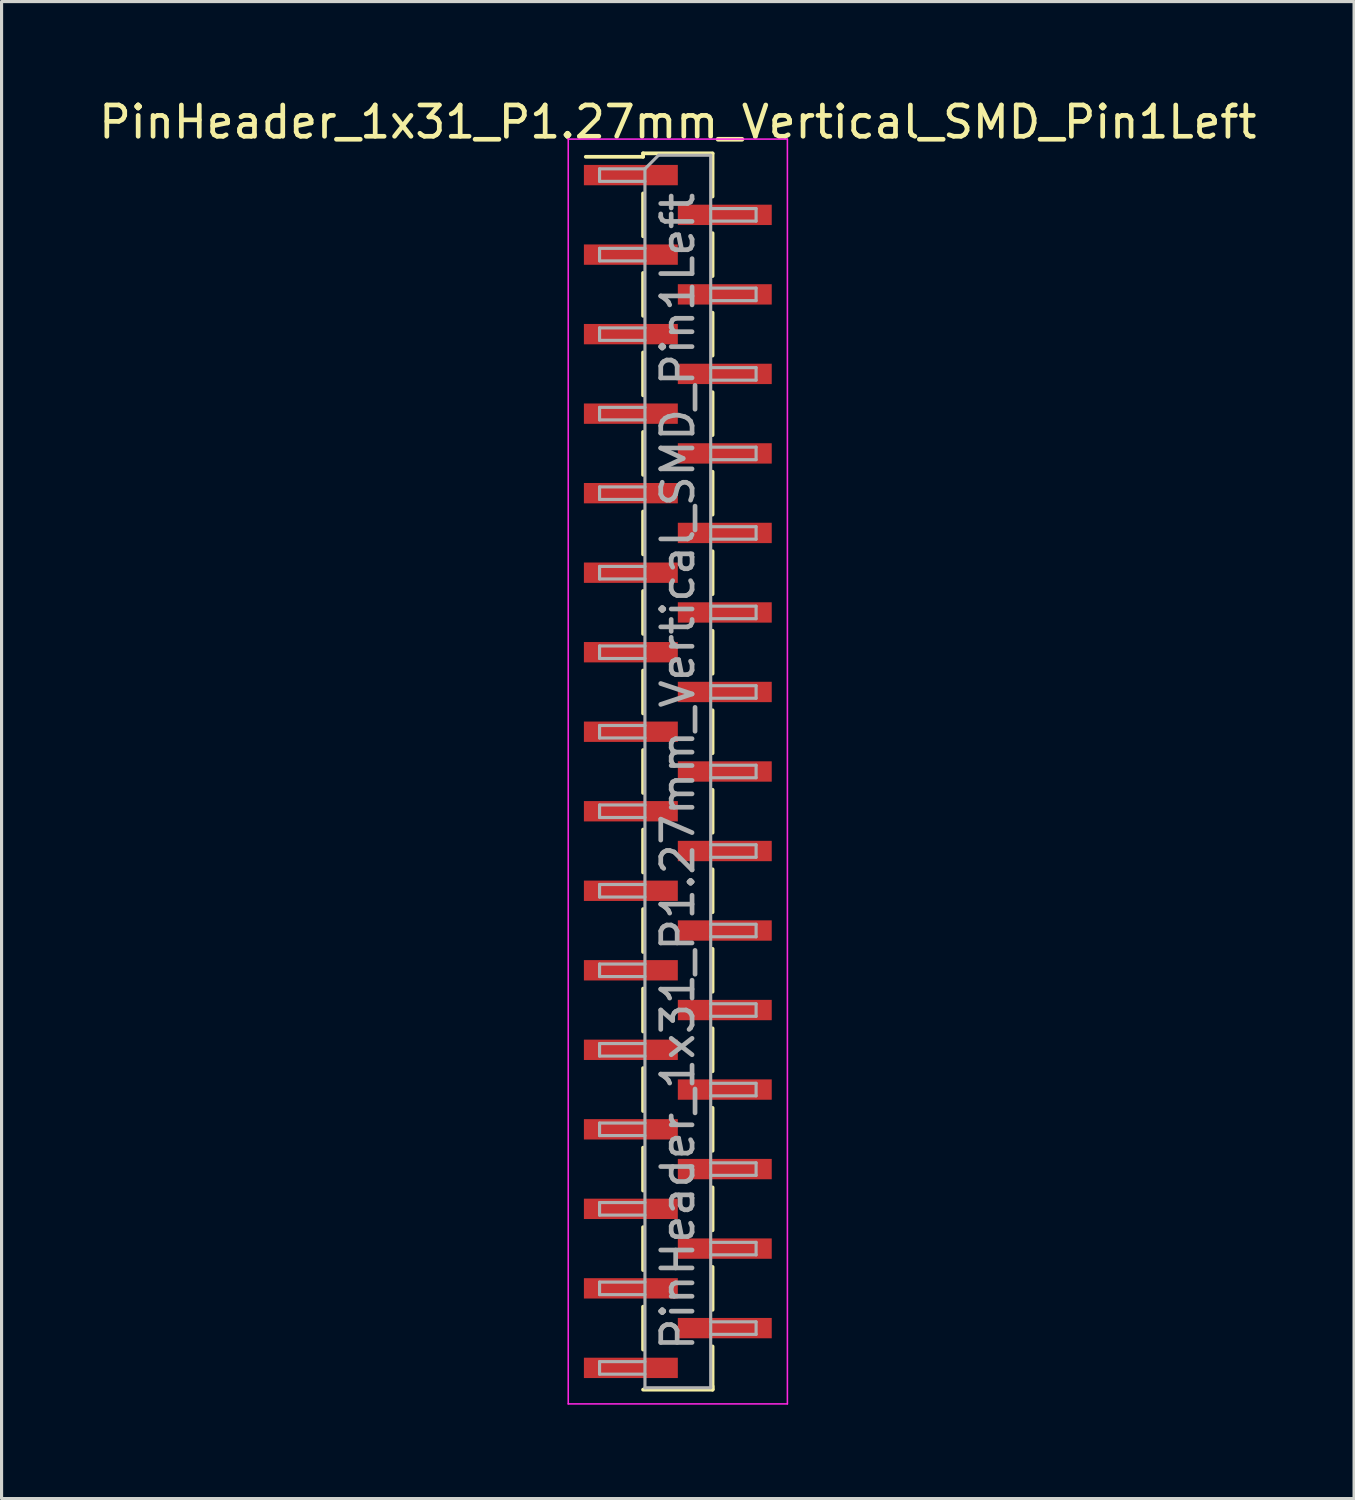
<source format=kicad_pcb>
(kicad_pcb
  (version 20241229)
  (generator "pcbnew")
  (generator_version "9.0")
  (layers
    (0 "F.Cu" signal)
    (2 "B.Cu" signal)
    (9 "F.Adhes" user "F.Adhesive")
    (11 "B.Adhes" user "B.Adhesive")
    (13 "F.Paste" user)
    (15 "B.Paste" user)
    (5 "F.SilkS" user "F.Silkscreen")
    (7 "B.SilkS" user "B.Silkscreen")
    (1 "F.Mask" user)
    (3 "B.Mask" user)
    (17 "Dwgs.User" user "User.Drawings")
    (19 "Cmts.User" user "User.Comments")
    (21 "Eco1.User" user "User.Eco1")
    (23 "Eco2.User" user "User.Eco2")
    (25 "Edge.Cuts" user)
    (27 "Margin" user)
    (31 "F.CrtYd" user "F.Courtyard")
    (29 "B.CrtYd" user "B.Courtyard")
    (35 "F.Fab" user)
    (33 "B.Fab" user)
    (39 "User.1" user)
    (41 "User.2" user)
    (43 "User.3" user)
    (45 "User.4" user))
  (footprint "PinHeader_1x31_P1.27mm_Vertical_SMD_Pin1Left"
    (layer "F.Cu")
    (at 18.601 21.593)
    (property "Reference" "PinHeader_1x31_P1.27mm_Vertical_SMD_Pin1Left" (at 0 -20.745 0) (layer "F.SilkS") (effects (font (size 1 1) (thickness 0.15))))
    (attr smd)
    (fp_line (start -1.11 -19.745) (end -1.11 -19.635) (stroke (width 0.12) (type solid)) (layer "F.SilkS"))
    (fp_line (start -1.11 -19.745) (end 1.11 -19.745) (stroke (width 0.12) (type solid)) (layer "F.SilkS"))
    (fp_line (start -1.11 -19.635) (end -2.94 -19.635) (stroke (width 0.12) (type solid)) (layer "F.SilkS"))
    (fp_line (start -1.11 -18.465) (end -1.11 -17.095) (stroke (width 0.12) (type solid)) (layer "F.SilkS"))
    (fp_line (start -1.11 -15.925) (end -1.11 -14.555) (stroke (width 0.12) (type solid)) (layer "F.SilkS"))
    (fp_line (start -1.11 -13.385) (end -1.11 -12.015) (stroke (width 0.12) (type solid)) (layer "F.SilkS"))
    (fp_line (start -1.11 -10.845) (end -1.11 -9.475) (stroke (width 0.12) (type solid)) (layer "F.SilkS"))
    (fp_line (start -1.11 -8.305) (end -1.11 -6.935) (stroke (width 0.12) (type solid)) (layer "F.SilkS"))
    (fp_line (start -1.11 -5.765) (end -1.11 -4.395) (stroke (width 0.12) (type solid)) (layer "F.SilkS"))
    (fp_line (start -1.11 -3.225) (end -1.11 -1.855) (stroke (width 0.12) (type solid)) (layer "F.SilkS"))
    (fp_line (start -1.11 -0.685) (end -1.11 0.685) (stroke (width 0.12) (type solid)) (layer "F.SilkS"))
    (fp_line (start -1.11 1.855) (end -1.11 3.225) (stroke (width 0.12) (type solid)) (layer "F.SilkS"))
    (fp_line (start -1.11 4.395) (end -1.11 5.765) (stroke (width 0.12) (type solid)) (layer "F.SilkS"))
    (fp_line (start -1.11 6.935) (end -1.11 8.305) (stroke (width 0.12) (type solid)) (layer "F.SilkS"))
    (fp_line (start -1.11 9.475) (end -1.11 10.845) (stroke (width 0.12) (type solid)) (layer "F.SilkS"))
    (fp_line (start -1.11 12.015) (end -1.11 13.385) (stroke (width 0.12) (type solid)) (layer "F.SilkS"))
    (fp_line (start -1.11 14.555) (end -1.11 15.925) (stroke (width 0.12) (type solid)) (layer "F.SilkS"))
    (fp_line (start -1.11 17.095) (end -1.11 18.465) (stroke (width 0.12) (type solid)) (layer "F.SilkS"))
    (fp_line (start -1.11 19.745) (end 1.11 19.745) (stroke (width 0.12) (type solid)) (layer "F.SilkS"))
    (fp_line (start 1.11 -19.735) (end 1.11 -18.365) (stroke (width 0.12) (type solid)) (layer "F.SilkS"))
    (fp_line (start 1.11 -17.195) (end 1.11 -15.825) (stroke (width 0.12) (type solid)) (layer "F.SilkS"))
    (fp_line (start 1.11 -14.655) (end 1.11 -13.285) (stroke (width 0.12) (type solid)) (layer "F.SilkS"))
    (fp_line (start 1.11 -12.115) (end 1.11 -10.745) (stroke (width 0.12) (type solid)) (layer "F.SilkS"))
    (fp_line (start 1.11 -9.575) (end 1.11 -8.205) (stroke (width 0.12) (type solid)) (layer "F.SilkS"))
    (fp_line (start 1.11 -7.035) (end 1.11 -5.665) (stroke (width 0.12) (type solid)) (layer "F.SilkS"))
    (fp_line (start 1.11 -4.495) (end 1.11 -3.125) (stroke (width 0.12) (type solid)) (layer "F.SilkS"))
    (fp_line (start 1.11 -1.955) (end 1.11 -0.585) (stroke (width 0.12) (type solid)) (layer "F.SilkS"))
    (fp_line (start 1.11 0.585) (end 1.11 1.955) (stroke (width 0.12) (type solid)) (layer "F.SilkS"))
    (fp_line (start 1.11 3.125) (end 1.11 4.495) (stroke (width 0.12) (type solid)) (layer "F.SilkS"))
    (fp_line (start 1.11 5.665) (end 1.11 7.035) (stroke (width 0.12) (type solid)) (layer "F.SilkS"))
    (fp_line (start 1.11 8.205) (end 1.11 9.575) (stroke (width 0.12) (type solid)) (layer "F.SilkS"))
    (fp_line (start 1.11 10.745) (end 1.11 12.115) (stroke (width 0.12) (type solid)) (layer "F.SilkS"))
    (fp_line (start 1.11 13.285) (end 1.11 14.655) (stroke (width 0.12) (type solid)) (layer "F.SilkS"))
    (fp_line (start 1.11 15.825) (end 1.11 17.195) (stroke (width 0.12) (type solid)) (layer "F.SilkS"))
    (fp_line (start 1.11 18.365) (end 1.11 19.735) (stroke (width 0.12) (type solid)) (layer "F.SilkS"))
    (fp_line (start 1.11 19.635) (end 1.11 19.745) (stroke (width 0.12) (type solid)) (layer "F.SilkS"))
    (fp_line (start -3.5 -20.2) (end -3.5 20.2) (stroke (width 0.05) (type solid)) (layer "F.CrtYd"))
    (fp_line (start -3.5 20.2) (end 3.5 20.2) (stroke (width 0.05) (type solid)) (layer "F.CrtYd"))
    (fp_line (start 3.5 -20.2) (end -3.5 -20.2) (stroke (width 0.05) (type solid)) (layer "F.CrtYd"))
    (fp_line (start 3.5 20.2) (end 3.5 -20.2) (stroke (width 0.05) (type solid)) (layer "F.CrtYd"))
    (fp_line (start -2.5 -19.25) (end -2.5 -18.85) (stroke (width 0.1) (type solid)) (layer "F.Fab"))
    (fp_line (start -2.5 -18.85) (end -1.05 -18.85) (stroke (width 0.1) (type solid)) (layer "F.Fab"))
    (fp_line (start -2.5 -16.71) (end -2.5 -16.31) (stroke (width 0.1) (type solid)) (layer "F.Fab"))
    (fp_line (start -2.5 -16.31) (end -1.05 -16.31) (stroke (width 0.1) (type solid)) (layer "F.Fab"))
    (fp_line (start -2.5 -14.17) (end -2.5 -13.77) (stroke (width 0.1) (type solid)) (layer "F.Fab"))
    (fp_line (start -2.5 -13.77) (end -1.05 -13.77) (stroke (width 0.1) (type solid)) (layer "F.Fab"))
    (fp_line (start -2.5 -11.63) (end -2.5 -11.23) (stroke (width 0.1) (type solid)) (layer "F.Fab"))
    (fp_line (start -2.5 -11.23) (end -1.05 -11.23) (stroke (width 0.1) (type solid)) (layer "F.Fab"))
    (fp_line (start -2.5 -9.09) (end -2.5 -8.69) (stroke (width 0.1) (type solid)) (layer "F.Fab"))
    (fp_line (start -2.5 -8.69) (end -1.05 -8.69) (stroke (width 0.1) (type solid)) (layer "F.Fab"))
    (fp_line (start -2.5 -6.55) (end -2.5 -6.15) (stroke (width 0.1) (type solid)) (layer "F.Fab"))
    (fp_line (start -2.5 -6.15) (end -1.05 -6.15) (stroke (width 0.1) (type solid)) (layer "F.Fab"))
    (fp_line (start -2.5 -4.01) (end -2.5 -3.61) (stroke (width 0.1) (type solid)) (layer "F.Fab"))
    (fp_line (start -2.5 -3.61) (end -1.05 -3.61) (stroke (width 0.1) (type solid)) (layer "F.Fab"))
    (fp_line (start -2.5 -1.47) (end -2.5 -1.07) (stroke (width 0.1) (type solid)) (layer "F.Fab"))
    (fp_line (start -2.5 -1.07) (end -1.05 -1.07) (stroke (width 0.1) (type solid)) (layer "F.Fab"))
    (fp_line (start -2.5 1.07) (end -2.5 1.47) (stroke (width 0.1) (type solid)) (layer "F.Fab"))
    (fp_line (start -2.5 1.47) (end -1.05 1.47) (stroke (width 0.1) (type solid)) (layer "F.Fab"))
    (fp_line (start -2.5 3.61) (end -2.5 4.01) (stroke (width 0.1) (type solid)) (layer "F.Fab"))
    (fp_line (start -2.5 4.01) (end -1.05 4.01) (stroke (width 0.1) (type solid)) (layer "F.Fab"))
    (fp_line (start -2.5 6.15) (end -2.5 6.55) (stroke (width 0.1) (type solid)) (layer "F.Fab"))
    (fp_line (start -2.5 6.55) (end -1.05 6.55) (stroke (width 0.1) (type solid)) (layer "F.Fab"))
    (fp_line (start -2.5 8.69) (end -2.5 9.09) (stroke (width 0.1) (type solid)) (layer "F.Fab"))
    (fp_line (start -2.5 9.09) (end -1.05 9.09) (stroke (width 0.1) (type solid)) (layer "F.Fab"))
    (fp_line (start -2.5 11.23) (end -2.5 11.63) (stroke (width 0.1) (type solid)) (layer "F.Fab"))
    (fp_line (start -2.5 11.63) (end -1.05 11.63) (stroke (width 0.1) (type solid)) (layer "F.Fab"))
    (fp_line (start -2.5 13.77) (end -2.5 14.17) (stroke (width 0.1) (type solid)) (layer "F.Fab"))
    (fp_line (start -2.5 14.17) (end -1.05 14.17) (stroke (width 0.1) (type solid)) (layer "F.Fab"))
    (fp_line (start -2.5 16.31) (end -2.5 16.71) (stroke (width 0.1) (type solid)) (layer "F.Fab"))
    (fp_line (start -2.5 16.71) (end -1.05 16.71) (stroke (width 0.1) (type solid)) (layer "F.Fab"))
    (fp_line (start -2.5 18.85) (end -2.5 19.25) (stroke (width 0.1) (type solid)) (layer "F.Fab"))
    (fp_line (start -2.5 19.25) (end -1.05 19.25) (stroke (width 0.1) (type solid)) (layer "F.Fab"))
    (fp_line (start -1.05 -19.25) (end -2.5 -19.25) (stroke (width 0.1) (type solid)) (layer "F.Fab"))
    (fp_line (start -1.05 -19.25) (end -0.615 -19.685) (stroke (width 0.1) (type solid)) (layer "F.Fab"))
    (fp_line (start -1.05 -16.71) (end -2.5 -16.71) (stroke (width 0.1) (type solid)) (layer "F.Fab"))
    (fp_line (start -1.05 -14.17) (end -2.5 -14.17) (stroke (width 0.1) (type solid)) (layer "F.Fab"))
    (fp_line (start -1.05 -11.63) (end -2.5 -11.63) (stroke (width 0.1) (type solid)) (layer "F.Fab"))
    (fp_line (start -1.05 -9.09) (end -2.5 -9.09) (stroke (width 0.1) (type solid)) (layer "F.Fab"))
    (fp_line (start -1.05 -6.55) (end -2.5 -6.55) (stroke (width 0.1) (type solid)) (layer "F.Fab"))
    (fp_line (start -1.05 -4.01) (end -2.5 -4.01) (stroke (width 0.1) (type solid)) (layer "F.Fab"))
    (fp_line (start -1.05 -1.47) (end -2.5 -1.47) (stroke (width 0.1) (type solid)) (layer "F.Fab"))
    (fp_line (start -1.05 1.07) (end -2.5 1.07) (stroke (width 0.1) (type solid)) (layer "F.Fab"))
    (fp_line (start -1.05 3.61) (end -2.5 3.61) (stroke (width 0.1) (type solid)) (layer "F.Fab"))
    (fp_line (start -1.05 6.15) (end -2.5 6.15) (stroke (width 0.1) (type solid)) (layer "F.Fab"))
    (fp_line (start -1.05 8.69) (end -2.5 8.69) (stroke (width 0.1) (type solid)) (layer "F.Fab"))
    (fp_line (start -1.05 11.23) (end -2.5 11.23) (stroke (width 0.1) (type solid)) (layer "F.Fab"))
    (fp_line (start -1.05 13.77) (end -2.5 13.77) (stroke (width 0.1) (type solid)) (layer "F.Fab"))
    (fp_line (start -1.05 16.31) (end -2.5 16.31) (stroke (width 0.1) (type solid)) (layer "F.Fab"))
    (fp_line (start -1.05 18.85) (end -2.5 18.85) (stroke (width 0.1) (type solid)) (layer "F.Fab"))
    (fp_line (start -1.05 19.685) (end -1.05 -19.25) (stroke (width 0.1) (type solid)) (layer "F.Fab"))
    (fp_line (start -0.615 -19.685) (end 1.05 -19.685) (stroke (width 0.1) (type solid)) (layer "F.Fab"))
    (fp_line (start 1.05 -19.685) (end 1.05 19.685) (stroke (width 0.1) (type solid)) (layer "F.Fab"))
    (fp_line (start 1.05 -17.98) (end 2.5 -17.98) (stroke (width 0.1) (type solid)) (layer "F.Fab"))
    (fp_line (start 1.05 -15.44) (end 2.5 -15.44) (stroke (width 0.1) (type solid)) (layer "F.Fab"))
    (fp_line (start 1.05 -12.9) (end 2.5 -12.9) (stroke (width 0.1) (type solid)) (layer "F.Fab"))
    (fp_line (start 1.05 -10.36) (end 2.5 -10.36) (stroke (width 0.1) (type solid)) (layer "F.Fab"))
    (fp_line (start 1.05 -7.82) (end 2.5 -7.82) (stroke (width 0.1) (type solid)) (layer "F.Fab"))
    (fp_line (start 1.05 -5.28) (end 2.5 -5.28) (stroke (width 0.1) (type solid)) (layer "F.Fab"))
    (fp_line (start 1.05 -2.74) (end 2.5 -2.74) (stroke (width 0.1) (type solid)) (layer "F.Fab"))
    (fp_line (start 1.05 -0.2) (end 2.5 -0.2) (stroke (width 0.1) (type solid)) (layer "F.Fab"))
    (fp_line (start 1.05 2.34) (end 2.5 2.34) (stroke (width 0.1) (type solid)) (layer "F.Fab"))
    (fp_line (start 1.05 4.88) (end 2.5 4.88) (stroke (width 0.1) (type solid)) (layer "F.Fab"))
    (fp_line (start 1.05 7.42) (end 2.5 7.42) (stroke (width 0.1) (type solid)) (layer "F.Fab"))
    (fp_line (start 1.05 9.96) (end 2.5 9.96) (stroke (width 0.1) (type solid)) (layer "F.Fab"))
    (fp_line (start 1.05 12.5) (end 2.5 12.5) (stroke (width 0.1) (type solid)) (layer "F.Fab"))
    (fp_line (start 1.05 15.04) (end 2.5 15.04) (stroke (width 0.1) (type solid)) (layer "F.Fab"))
    (fp_line (start 1.05 17.58) (end 2.5 17.58) (stroke (width 0.1) (type solid)) (layer "F.Fab"))
    (fp_line (start 1.05 19.685) (end -1.05 19.685) (stroke (width 0.1) (type solid)) (layer "F.Fab"))
    (fp_line (start 2.5 -17.98) (end 2.5 -17.58) (stroke (width 0.1) (type solid)) (layer "F.Fab"))
    (fp_line (start 2.5 -17.58) (end 1.05 -17.58) (stroke (width 0.1) (type solid)) (layer "F.Fab"))
    (fp_line (start 2.5 -15.44) (end 2.5 -15.04) (stroke (width 0.1) (type solid)) (layer "F.Fab"))
    (fp_line (start 2.5 -15.04) (end 1.05 -15.04) (stroke (width 0.1) (type solid)) (layer "F.Fab"))
    (fp_line (start 2.5 -12.9) (end 2.5 -12.5) (stroke (width 0.1) (type solid)) (layer "F.Fab"))
    (fp_line (start 2.5 -12.5) (end 1.05 -12.5) (stroke (width 0.1) (type solid)) (layer "F.Fab"))
    (fp_line (start 2.5 -10.36) (end 2.5 -9.96) (stroke (width 0.1) (type solid)) (layer "F.Fab"))
    (fp_line (start 2.5 -9.96) (end 1.05 -9.96) (stroke (width 0.1) (type solid)) (layer "F.Fab"))
    (fp_line (start 2.5 -7.82) (end 2.5 -7.42) (stroke (width 0.1) (type solid)) (layer "F.Fab"))
    (fp_line (start 2.5 -7.42) (end 1.05 -7.42) (stroke (width 0.1) (type solid)) (layer "F.Fab"))
    (fp_line (start 2.5 -5.28) (end 2.5 -4.88) (stroke (width 0.1) (type solid)) (layer "F.Fab"))
    (fp_line (start 2.5 -4.88) (end 1.05 -4.88) (stroke (width 0.1) (type solid)) (layer "F.Fab"))
    (fp_line (start 2.5 -2.74) (end 2.5 -2.34) (stroke (width 0.1) (type solid)) (layer "F.Fab"))
    (fp_line (start 2.5 -2.34) (end 1.05 -2.34) (stroke (width 0.1) (type solid)) (layer "F.Fab"))
    (fp_line (start 2.5 -0.2) (end 2.5 0.2) (stroke (width 0.1) (type solid)) (layer "F.Fab"))
    (fp_line (start 2.5 0.2) (end 1.05 0.2) (stroke (width 0.1) (type solid)) (layer "F.Fab"))
    (fp_line (start 2.5 2.34) (end 2.5 2.74) (stroke (width 0.1) (type solid)) (layer "F.Fab"))
    (fp_line (start 2.5 2.74) (end 1.05 2.74) (stroke (width 0.1) (type solid)) (layer "F.Fab"))
    (fp_line (start 2.5 4.88) (end 2.5 5.28) (stroke (width 0.1) (type solid)) (layer "F.Fab"))
    (fp_line (start 2.5 5.28) (end 1.05 5.28) (stroke (width 0.1) (type solid)) (layer "F.Fab"))
    (fp_line (start 2.5 7.42) (end 2.5 7.82) (stroke (width 0.1) (type solid)) (layer "F.Fab"))
    (fp_line (start 2.5 7.82) (end 1.05 7.82) (stroke (width 0.1) (type solid)) (layer "F.Fab"))
    (fp_line (start 2.5 9.96) (end 2.5 10.36) (stroke (width 0.1) (type solid)) (layer "F.Fab"))
    (fp_line (start 2.5 10.36) (end 1.05 10.36) (stroke (width 0.1) (type solid)) (layer "F.Fab"))
    (fp_line (start 2.5 12.5) (end 2.5 12.9) (stroke (width 0.1) (type solid)) (layer "F.Fab"))
    (fp_line (start 2.5 12.9) (end 1.05 12.9) (stroke (width 0.1) (type solid)) (layer "F.Fab"))
    (fp_line (start 2.5 15.04) (end 2.5 15.44) (stroke (width 0.1) (type solid)) (layer "F.Fab"))
    (fp_line (start 2.5 15.44) (end 1.05 15.44) (stroke (width 0.1) (type solid)) (layer "F.Fab"))
    (fp_line (start 2.5 17.58) (end 2.5 17.98) (stroke (width 0.1) (type solid)) (layer "F.Fab"))
    (fp_line (start 2.5 17.98) (end 1.05 17.98) (stroke (width 0.1) (type solid)) (layer "F.Fab"))
    (fp_text user "${REFERENCE}" (at 0 0 90) (layer "F.Fab") (effects (font (size 1 1) (thickness 0.15))))
    (pad "1" smd rect (at -1.5 -19.05) (size 3 0.65) (layers "F.Cu" "F.Mask" "F.Paste"))
    (pad "2" smd rect (at 1.5 -17.78) (size 3 0.65) (layers "F.Cu" "F.Mask" "F.Paste"))
    (pad "3" smd rect (at -1.5 -16.51) (size 3 0.65) (layers "F.Cu" "F.Mask" "F.Paste"))
    (pad "4" smd rect (at 1.5 -15.24) (size 3 0.65) (layers "F.Cu" "F.Mask" "F.Paste"))
    (pad "5" smd rect (at -1.5 -13.97) (size 3 0.65) (layers "F.Cu" "F.Mask" "F.Paste"))
    (pad "6" smd rect (at 1.5 -12.7) (size 3 0.65) (layers "F.Cu" "F.Mask" "F.Paste"))
    (pad "7" smd rect (at -1.5 -11.43) (size 3 0.65) (layers "F.Cu" "F.Mask" "F.Paste"))
    (pad "8" smd rect (at 1.5 -10.16) (size 3 0.65) (layers "F.Cu" "F.Mask" "F.Paste"))
    (pad "9" smd rect (at -1.5 -8.89) (size 3 0.65) (layers "F.Cu" "F.Mask" "F.Paste"))
    (pad "10" smd rect (at 1.5 -7.62) (size 3 0.65) (layers "F.Cu" "F.Mask" "F.Paste"))
    (pad "11" smd rect (at -1.5 -6.35) (size 3 0.65) (layers "F.Cu" "F.Mask" "F.Paste"))
    (pad "12" smd rect (at 1.5 -5.08) (size 3 0.65) (layers "F.Cu" "F.Mask" "F.Paste"))
    (pad "13" smd rect (at -1.5 -3.81) (size 3 0.65) (layers "F.Cu" "F.Mask" "F.Paste"))
    (pad "14" smd rect (at 1.5 -2.54) (size 3 0.65) (layers "F.Cu" "F.Mask" "F.Paste"))
    (pad "15" smd rect (at -1.5 -1.27) (size 3 0.65) (layers "F.Cu" "F.Mask" "F.Paste"))
    (pad "16" smd rect (at 1.5 0) (size 3 0.65) (layers "F.Cu" "F.Mask" "F.Paste"))
    (pad "17" smd rect (at -1.5 1.27) (size 3 0.65) (layers "F.Cu" "F.Mask" "F.Paste"))
    (pad "18" smd rect (at 1.5 2.54) (size 3 0.65) (layers "F.Cu" "F.Mask" "F.Paste"))
    (pad "19" smd rect (at -1.5 3.81) (size 3 0.65) (layers "F.Cu" "F.Mask" "F.Paste"))
    (pad "20" smd rect (at 1.5 5.08) (size 3 0.65) (layers "F.Cu" "F.Mask" "F.Paste"))
    (pad "21" smd rect (at -1.5 6.35) (size 3 0.65) (layers "F.Cu" "F.Mask" "F.Paste"))
    (pad "22" smd rect (at 1.5 7.62) (size 3 0.65) (layers "F.Cu" "F.Mask" "F.Paste"))
    (pad "23" smd rect (at -1.5 8.89) (size 3 0.65) (layers "F.Cu" "F.Mask" "F.Paste"))
    (pad "24" smd rect (at 1.5 10.16) (size 3 0.65) (layers "F.Cu" "F.Mask" "F.Paste"))
    (pad "25" smd rect (at -1.5 11.43) (size 3 0.65) (layers "F.Cu" "F.Mask" "F.Paste"))
    (pad "26" smd rect (at 1.5 12.7) (size 3 0.65) (layers "F.Cu" "F.Mask" "F.Paste"))
    (pad "27" smd rect (at -1.5 13.97) (size 3 0.65) (layers "F.Cu" "F.Mask" "F.Paste"))
    (pad "28" smd rect (at 1.5 15.24) (size 3 0.65) (layers "F.Cu" "F.Mask" "F.Paste"))
    (pad "29" smd rect (at -1.5 16.51) (size 3 0.65) (layers "F.Cu" "F.Mask" "F.Paste"))
    (pad "30" smd rect (at 1.5 17.78) (size 3 0.65) (layers "F.Cu" "F.Mask" "F.Paste"))
    (pad "31" smd rect (at -1.5 19.05) (size 3 0.65) (layers "F.Cu" "F.Mask" "F.Paste")))
  (gr_rect
    (start -3 -3)
    (end 40.202 44.818)
    (stroke (width 0.1) (type default))
    (fill no)
    (layer "Edge.Cuts")))
</source>
